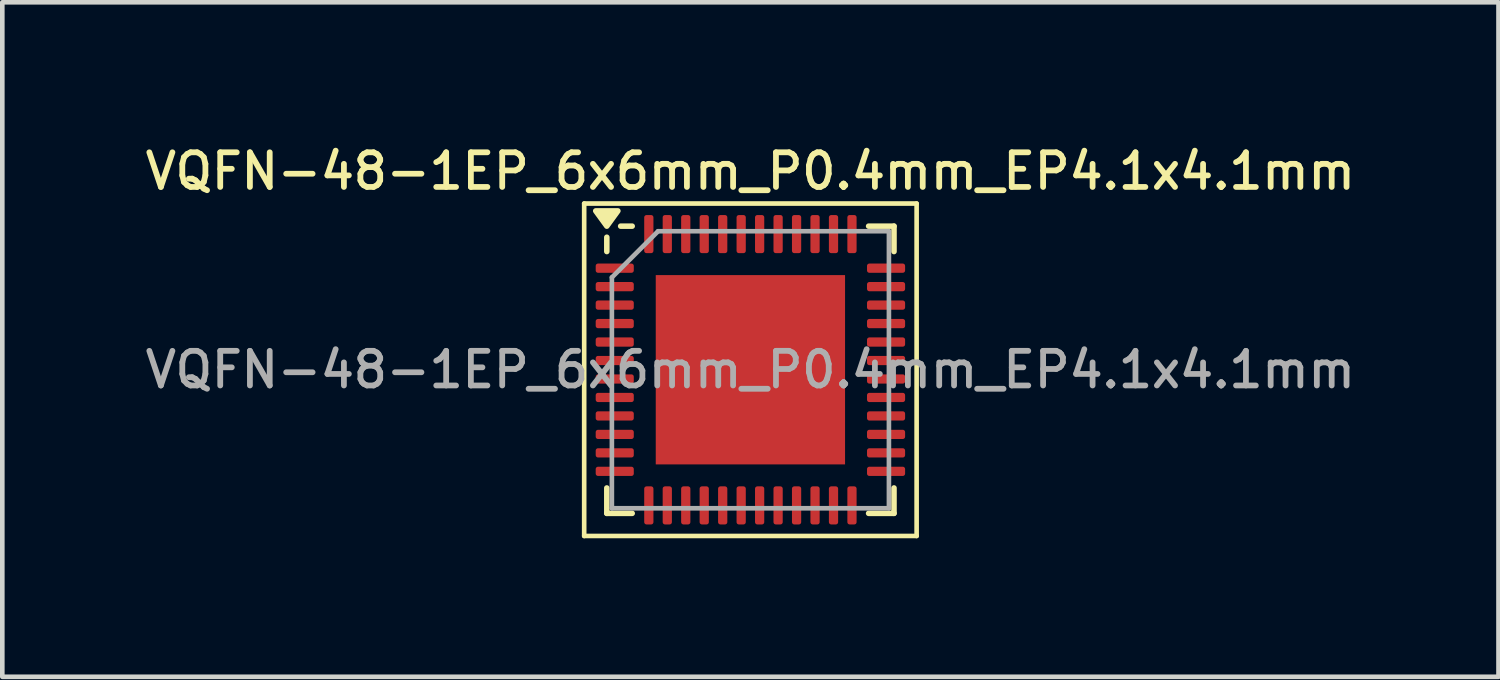
<source format=kicad_pcb>
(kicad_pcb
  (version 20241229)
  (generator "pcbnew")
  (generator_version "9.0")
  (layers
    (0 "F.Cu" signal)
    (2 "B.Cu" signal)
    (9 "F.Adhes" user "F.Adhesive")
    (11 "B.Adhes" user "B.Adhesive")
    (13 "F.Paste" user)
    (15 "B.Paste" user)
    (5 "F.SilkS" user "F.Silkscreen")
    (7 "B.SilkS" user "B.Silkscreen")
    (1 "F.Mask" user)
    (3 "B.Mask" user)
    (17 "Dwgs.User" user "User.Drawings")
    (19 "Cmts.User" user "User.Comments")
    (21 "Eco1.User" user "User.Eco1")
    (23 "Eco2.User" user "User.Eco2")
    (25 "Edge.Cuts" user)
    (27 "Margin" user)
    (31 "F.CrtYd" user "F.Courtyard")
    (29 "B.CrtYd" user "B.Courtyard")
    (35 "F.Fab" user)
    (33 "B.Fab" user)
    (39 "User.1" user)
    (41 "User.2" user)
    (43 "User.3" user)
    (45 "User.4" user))
  (footprint "VQFN-48-1EP_6x6mm_P0.4mm_EP4.1x4.1mm"
    (layer "F.Cu")
    (at 13.202 4.958)
    (property "Reference" "VQFN-48-1EP_6x6mm_P0.4mm_EP4.1x4.1mm" (at 0 -4.3 0) (layer "F.SilkS") (effects (font (size 0.75 0.75) (thickness 0.125))))
    (attr smd)
    (fp_line (start -3.6 -3.6) (end -3.6 3.6) (stroke (width 0.1) (type solid)) (layer "F.SilkS"))
    (fp_line (start -3.6 3.6) (end 3.6 3.6) (stroke (width 0.1) (type solid)) (layer "F.SilkS"))
    (fp_line (start -3.11 -2.56) (end -3.11 -2.87) (stroke (width 0.12) (type solid)) (layer "F.SilkS"))
    (fp_line (start -3.11 3.11) (end -3.11 2.56) (stroke (width 0.12) (type solid)) (layer "F.SilkS"))
    (fp_line (start -2.56 -3.11) (end -2.81 -3.11) (stroke (width 0.12) (type solid)) (layer "F.SilkS"))
    (fp_line (start -2.56 3.11) (end -3.11 3.11) (stroke (width 0.12) (type solid)) (layer "F.SilkS"))
    (fp_line (start 2.56 -3.11) (end 3.11 -3.11) (stroke (width 0.12) (type solid)) (layer "F.SilkS"))
    (fp_line (start 2.56 3.11) (end 3.11 3.11) (stroke (width 0.12) (type solid)) (layer "F.SilkS"))
    (fp_line (start 3.11 -3.11) (end 3.11 -2.56) (stroke (width 0.12) (type solid)) (layer "F.SilkS"))
    (fp_line (start 3.11 3.11) (end 3.11 2.56) (stroke (width 0.12) (type solid)) (layer "F.SilkS"))
    (fp_line (start 3.6 -3.6) (end -3.6 -3.6) (stroke (width 0.1) (type solid)) (layer "F.SilkS"))
    (fp_line (start 3.6 3.6) (end 3.6 -3.6) (stroke (width 0.1) (type solid)) (layer "F.SilkS"))
    (fp_poly (pts (xy -3.11 -3.11) (xy -3.35 -3.44) (xy -2.87 -3.44) (xy -3.11 -3.11)) (stroke (width 0.12) (type solid)) (fill yes) (layer "F.SilkS"))
    (fp_line (start -3 -2) (end -2 -3) (stroke (width 0.1) (type solid)) (layer "F.Fab"))
    (fp_line (start -3 3) (end -3 -2) (stroke (width 0.1) (type solid)) (layer "F.Fab"))
    (fp_line (start -2 -3) (end 3 -3) (stroke (width 0.1) (type solid)) (layer "F.Fab"))
    (fp_line (start 3 -3) (end 3 3) (stroke (width 0.1) (type solid)) (layer "F.Fab"))
    (fp_line (start 3 3) (end -3 3) (stroke (width 0.1) (type solid)) (layer "F.Fab"))
    (fp_text user "${REFERENCE}" (at 0 0 0) (layer "F.Fab") (effects (font (size 0.75 0.75) (thickness 0.125))))
    (pad "" smd roundrect (at -1.37 -1.37) (size 1.1 1.1) (layers "F.Paste") (roundrect_rratio 0.227))
    (pad "" smd roundrect (at -1.37 0) (size 1.1 1.1) (layers "F.Paste") (roundrect_rratio 0.227))
    (pad "" smd roundrect (at -1.37 1.37) (size 1.1 1.1) (layers "F.Paste") (roundrect_rratio 0.227))
    (pad "" smd roundrect (at 0 -1.37) (size 1.1 1.1) (layers "F.Paste") (roundrect_rratio 0.227))
    (pad "" smd roundrect (at 0 0) (size 1.1 1.1) (layers "F.Paste") (roundrect_rratio 0.227))
    (pad "" smd roundrect (at 0 1.37) (size 1.1 1.1) (layers "F.Paste") (roundrect_rratio 0.227))
    (pad "" smd roundrect (at 1.37 -1.37) (size 1.1 1.1) (layers "F.Paste") (roundrect_rratio 0.227))
    (pad "" smd roundrect (at 1.37 0) (size 1.1 1.1) (layers "F.Paste") (roundrect_rratio 0.227))
    (pad "" smd roundrect (at 1.37 1.37) (size 1.1 1.1) (layers "F.Paste") (roundrect_rratio 0.227))
    (pad "1" smd roundrect (at -2.938 -2.2) (size 0.825 0.2) (layers "F.Cu" "F.Mask" "F.Paste") (roundrect_rratio 0.25))
    (pad "2" smd roundrect (at -2.938 -1.8) (size 0.825 0.2) (layers "F.Cu" "F.Mask" "F.Paste") (roundrect_rratio 0.25))
    (pad "3" smd roundrect (at -2.938 -1.4) (size 0.825 0.2) (layers "F.Cu" "F.Mask" "F.Paste") (roundrect_rratio 0.25))
    (pad "4" smd roundrect (at -2.938 -1) (size 0.825 0.2) (layers "F.Cu" "F.Mask" "F.Paste") (roundrect_rratio 0.25))
    (pad "5" smd roundrect (at -2.938 -0.6) (size 0.825 0.2) (layers "F.Cu" "F.Mask" "F.Paste") (roundrect_rratio 0.25))
    (pad "6" smd roundrect (at -2.938 -0.2) (size 0.825 0.2) (layers "F.Cu" "F.Mask" "F.Paste") (roundrect_rratio 0.25))
    (pad "7" smd roundrect (at -2.938 0.2) (size 0.825 0.2) (layers "F.Cu" "F.Mask" "F.Paste") (roundrect_rratio 0.25))
    (pad "8" smd roundrect (at -2.938 0.6) (size 0.825 0.2) (layers "F.Cu" "F.Mask" "F.Paste") (roundrect_rratio 0.25))
    (pad "9" smd roundrect (at -2.938 1) (size 0.825 0.2) (layers "F.Cu" "F.Mask" "F.Paste") (roundrect_rratio 0.25))
    (pad "10" smd roundrect (at -2.938 1.4) (size 0.825 0.2) (layers "F.Cu" "F.Mask" "F.Paste") (roundrect_rratio 0.25))
    (pad "11" smd roundrect (at -2.938 1.8) (size 0.825 0.2) (layers "F.Cu" "F.Mask" "F.Paste") (roundrect_rratio 0.25))
    (pad "12" smd roundrect (at -2.938 2.2) (size 0.825 0.2) (layers "F.Cu" "F.Mask" "F.Paste") (roundrect_rratio 0.25))
    (pad "13" smd roundrect (at -2.2 2.938) (size 0.2 0.825) (layers "F.Cu" "F.Mask" "F.Paste") (roundrect_rratio 0.25))
    (pad "14" smd roundrect (at -1.8 2.938) (size 0.2 0.825) (layers "F.Cu" "F.Mask" "F.Paste") (roundrect_rratio 0.25))
    (pad "15" smd roundrect (at -1.4 2.938) (size 0.2 0.825) (layers "F.Cu" "F.Mask" "F.Paste") (roundrect_rratio 0.25))
    (pad "16" smd roundrect (at -1 2.938) (size 0.2 0.825) (layers "F.Cu" "F.Mask" "F.Paste") (roundrect_rratio 0.25))
    (pad "17" smd roundrect (at -0.6 2.938) (size 0.2 0.825) (layers "F.Cu" "F.Mask" "F.Paste") (roundrect_rratio 0.25))
    (pad "18" smd roundrect (at -0.2 2.938) (size 0.2 0.825) (layers "F.Cu" "F.Mask" "F.Paste") (roundrect_rratio 0.25))
    (pad "19" smd roundrect (at 0.2 2.938) (size 0.2 0.825) (layers "F.Cu" "F.Mask" "F.Paste") (roundrect_rratio 0.25))
    (pad "20" smd roundrect (at 0.6 2.938) (size 0.2 0.825) (layers "F.Cu" "F.Mask" "F.Paste") (roundrect_rratio 0.25))
    (pad "21" smd roundrect (at 1 2.938) (size 0.2 0.825) (layers "F.Cu" "F.Mask" "F.Paste") (roundrect_rratio 0.25))
    (pad "22" smd roundrect (at 1.4 2.938) (size 0.2 0.825) (layers "F.Cu" "F.Mask" "F.Paste") (roundrect_rratio 0.25))
    (pad "23" smd roundrect (at 1.8 2.938) (size 0.2 0.825) (layers "F.Cu" "F.Mask" "F.Paste") (roundrect_rratio 0.25))
    (pad "24" smd roundrect (at 2.2 2.938) (size 0.2 0.825) (layers "F.Cu" "F.Mask" "F.Paste") (roundrect_rratio 0.25))
    (pad "25" smd roundrect (at 2.938 2.2) (size 0.825 0.2) (layers "F.Cu" "F.Mask" "F.Paste") (roundrect_rratio 0.25))
    (pad "26" smd roundrect (at 2.938 1.8) (size 0.825 0.2) (layers "F.Cu" "F.Mask" "F.Paste") (roundrect_rratio 0.25))
    (pad "27" smd roundrect (at 2.938 1.4) (size 0.825 0.2) (layers "F.Cu" "F.Mask" "F.Paste") (roundrect_rratio 0.25))
    (pad "28" smd roundrect (at 2.938 1) (size 0.825 0.2) (layers "F.Cu" "F.Mask" "F.Paste") (roundrect_rratio 0.25))
    (pad "29" smd roundrect (at 2.938 0.6) (size 0.825 0.2) (layers "F.Cu" "F.Mask" "F.Paste") (roundrect_rratio 0.25))
    (pad "30" smd roundrect (at 2.938 0.2) (size 0.825 0.2) (layers "F.Cu" "F.Mask" "F.Paste") (roundrect_rratio 0.25))
    (pad "31" smd roundrect (at 2.938 -0.2) (size 0.825 0.2) (layers "F.Cu" "F.Mask" "F.Paste") (roundrect_rratio 0.25))
    (pad "32" smd roundrect (at 2.938 -0.6) (size 0.825 0.2) (layers "F.Cu" "F.Mask" "F.Paste") (roundrect_rratio 0.25))
    (pad "33" smd roundrect (at 2.938 -1) (size 0.825 0.2) (layers "F.Cu" "F.Mask" "F.Paste") (roundrect_rratio 0.25))
    (pad "34" smd roundrect (at 2.938 -1.4) (size 0.825 0.2) (layers "F.Cu" "F.Mask" "F.Paste") (roundrect_rratio 0.25))
    (pad "35" smd roundrect (at 2.938 -1.8) (size 0.825 0.2) (layers "F.Cu" "F.Mask" "F.Paste") (roundrect_rratio 0.25))
    (pad "36" smd roundrect (at 2.938 -2.2) (size 0.825 0.2) (layers "F.Cu" "F.Mask" "F.Paste") (roundrect_rratio 0.25))
    (pad "37" smd roundrect (at 2.2 -2.938) (size 0.2 0.825) (layers "F.Cu" "F.Mask" "F.Paste") (roundrect_rratio 0.25))
    (pad "38" smd roundrect (at 1.8 -2.938) (size 0.2 0.825) (layers "F.Cu" "F.Mask" "F.Paste") (roundrect_rratio 0.25))
    (pad "39" smd roundrect (at 1.4 -2.938) (size 0.2 0.825) (layers "F.Cu" "F.Mask" "F.Paste") (roundrect_rratio 0.25))
    (pad "40" smd roundrect (at 1 -2.938) (size 0.2 0.825) (layers "F.Cu" "F.Mask" "F.Paste") (roundrect_rratio 0.25))
    (pad "41" smd roundrect (at 0.6 -2.938) (size 0.2 0.825) (layers "F.Cu" "F.Mask" "F.Paste") (roundrect_rratio 0.25))
    (pad "42" smd roundrect (at 0.2 -2.938) (size 0.2 0.825) (layers "F.Cu" "F.Mask" "F.Paste") (roundrect_rratio 0.25))
    (pad "43" smd roundrect (at -0.2 -2.938) (size 0.2 0.825) (layers "F.Cu" "F.Mask" "F.Paste") (roundrect_rratio 0.25))
    (pad "44" smd roundrect (at -0.6 -2.938) (size 0.2 0.825) (layers "F.Cu" "F.Mask" "F.Paste") (roundrect_rratio 0.25))
    (pad "45" smd roundrect (at -1 -2.938) (size 0.2 0.825) (layers "F.Cu" "F.Mask" "F.Paste") (roundrect_rratio 0.25))
    (pad "46" smd roundrect (at -1.4 -2.938) (size 0.2 0.825) (layers "F.Cu" "F.Mask" "F.Paste") (roundrect_rratio 0.25))
    (pad "47" smd roundrect (at -1.8 -2.938) (size 0.2 0.825) (layers "F.Cu" "F.Mask" "F.Paste") (roundrect_rratio 0.25))
    (pad "48" smd roundrect (at -2.2 -2.938) (size 0.2 0.825) (layers "F.Cu" "F.Mask" "F.Paste") (roundrect_rratio 0.25))
    (pad "49" smd rect (at 0 0) (size 4.1 4.1) (property pad_prop_heatsink) (layers "F.Cu" "F.Mask")))
  (gr_rect
    (start -3 -3)
    (end 29.404 11.608)
    (stroke (width 0.1) (type default))
    (fill no)
    (layer "Edge.Cuts")))
</source>
